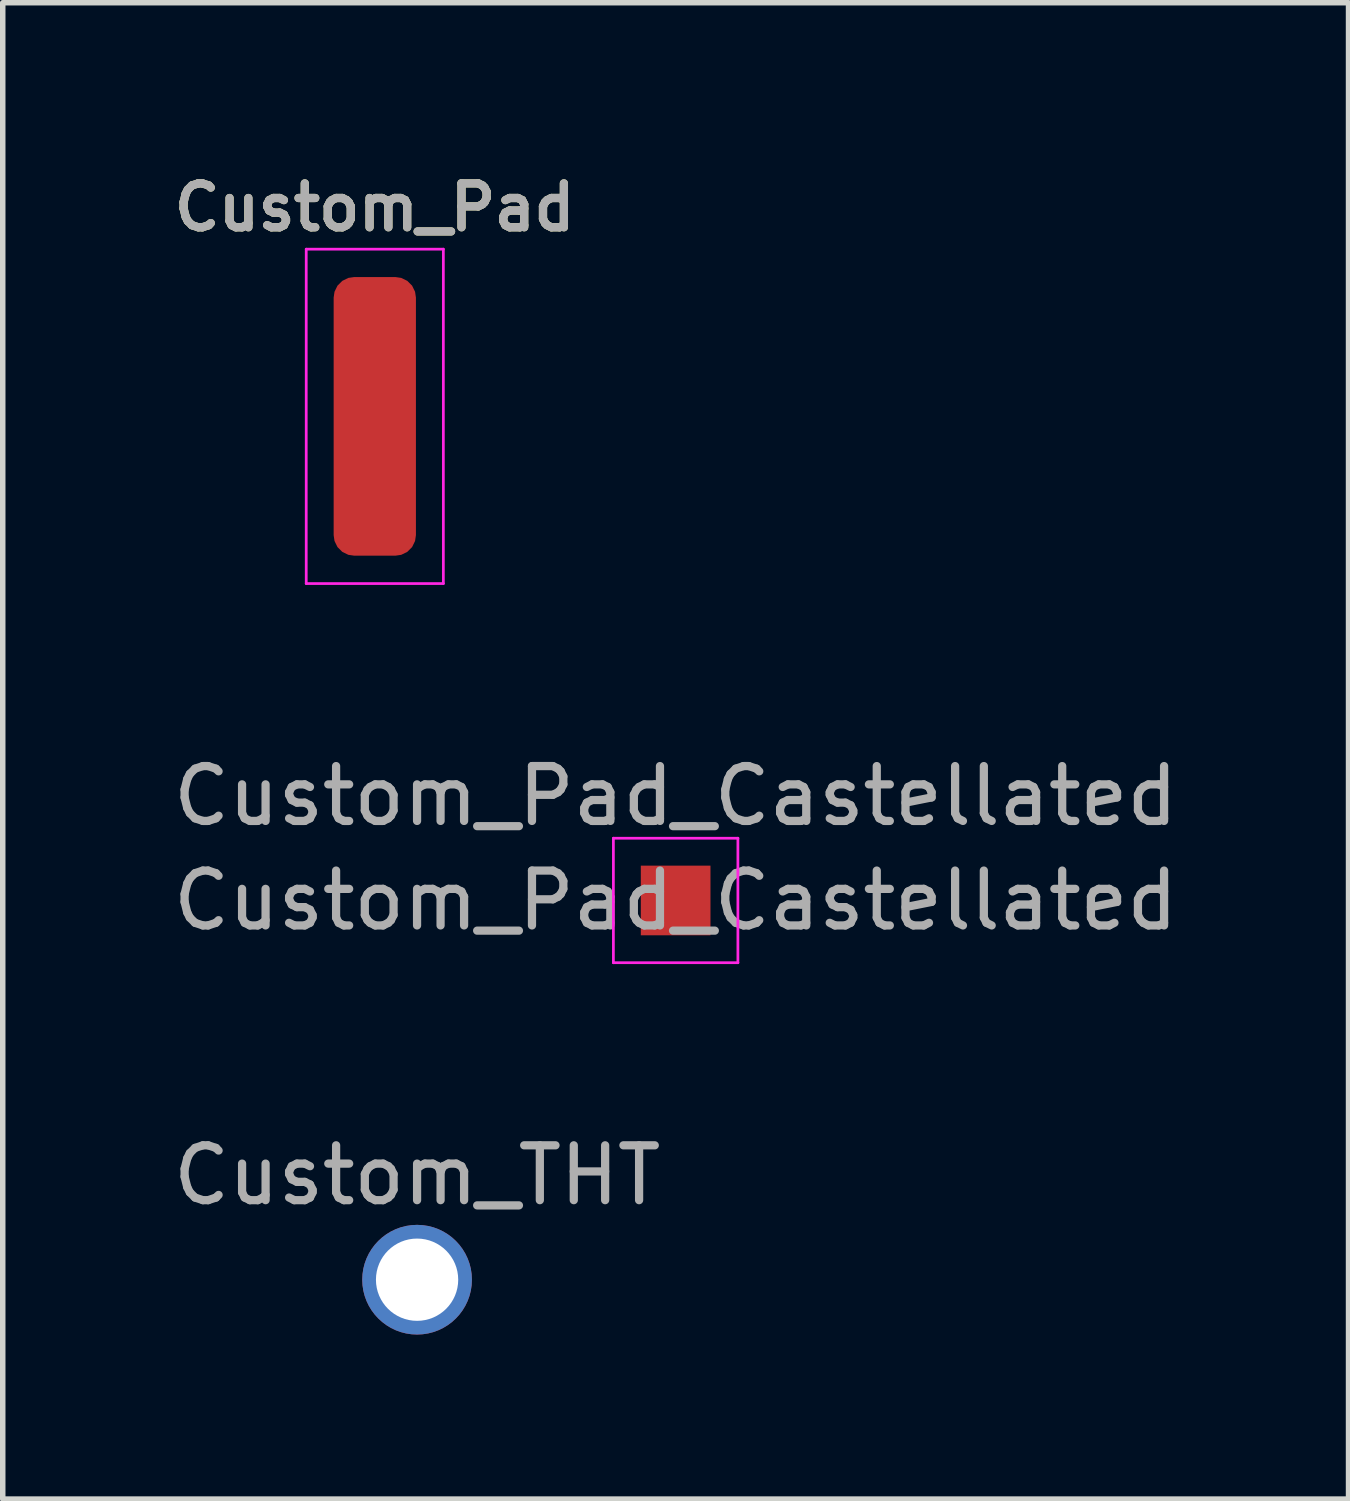
<source format=kicad_pcb>
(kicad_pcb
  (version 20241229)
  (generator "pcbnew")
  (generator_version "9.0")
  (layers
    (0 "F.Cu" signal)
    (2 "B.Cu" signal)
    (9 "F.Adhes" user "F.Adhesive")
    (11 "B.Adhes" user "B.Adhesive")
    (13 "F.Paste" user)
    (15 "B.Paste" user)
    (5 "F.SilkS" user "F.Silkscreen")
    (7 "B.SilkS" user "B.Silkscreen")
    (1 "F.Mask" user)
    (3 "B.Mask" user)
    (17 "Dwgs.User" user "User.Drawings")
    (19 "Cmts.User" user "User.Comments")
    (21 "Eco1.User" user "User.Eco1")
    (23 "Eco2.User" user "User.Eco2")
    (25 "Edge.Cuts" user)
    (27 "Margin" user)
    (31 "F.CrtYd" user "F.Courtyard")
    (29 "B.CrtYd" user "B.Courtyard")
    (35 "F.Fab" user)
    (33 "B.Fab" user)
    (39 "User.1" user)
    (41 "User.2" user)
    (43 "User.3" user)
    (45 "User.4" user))
  (footprint "Custom_THT"
    (layer "F.Cu")
    (at 4.554 20.281)
    (property "Reference" "Custom_THT" (at 0 -1.905 0) (layer "F.Fab") (effects (font (size 1 1) (thickness 0.15))))
    (attr exclude_from_pos_files exclude_from_bom)
    (pad "1" thru_hole circle (at 0 0) (size 2 2) (drill 1.5) (layers "*.Cu" "*.Mask")))
  (footprint "Custom_Pad"
    (layer "F.Cu")
    (at 3.783 4.541)
    (property "Reference" "Custom_Pad" (at 0 -3.81 180) (layer "F.SilkS") (effects (font (size 0.8 0.8) (thickness 0.15))))
    (attr exclude_from_pos_files exclude_from_bom)
    (fp_line (start -1.25 -3.048) (end -1.25 3.048) (stroke (width 0.05) (type solid)) (layer "F.CrtYd"))
    (fp_line (start -1.25 -3.048) (end 1.25 -3.048) (stroke (width 0.05) (type solid)) (layer "F.CrtYd"))
    (fp_line (start 1.25 3.048) (end -1.25 3.048) (stroke (width 0.05) (type solid)) (layer "F.CrtYd"))
    (fp_line (start 1.25 3.048) (end 1.25 -3.048) (stroke (width 0.05) (type solid)) (layer "F.CrtYd"))
    (fp_text user "${REFERENCE}" (at 0 -3.81 180) (layer "F.Fab") (effects (font (size 0.8 0.8) (thickness 0.15))))
    (pad "1" smd roundrect (at 0 0) (size 1.5 5.08) (layers "F.Cu" "F.Mask") (roundrect_rratio 0.25)))
  (footprint "Custom_Pad_Castellated"
    (layer "F.Cu")
    (at 9.268 13.367)
    (property "Reference" "Custom_Pad_Castellated" (at 0 -1.905 0) (layer "F.Fab") (effects (font (size 1 1) (thickness 0.15))))
    (attr exclude_from_pos_files exclude_from_bom)
    (fp_line (start -1.135 -1.135) (end -1.135 1.135) (stroke (width 0.05) (type solid)) (layer "F.CrtYd"))
    (fp_line (start -1.135 -1.135) (end 1.135 -1.135) (stroke (width 0.05) (type solid)) (layer "F.CrtYd"))
    (fp_line (start 1.135 1.135) (end -1.135 1.135) (stroke (width 0.05) (type solid)) (layer "F.CrtYd"))
    (fp_line (start 1.135 1.135) (end 1.135 -1.135) (stroke (width 0.05) (type solid)) (layer "F.CrtYd"))
    (fp_text user "${REFERENCE}" (at 0 0 0) (layer "F.Fab") (effects (font (size 1 1) (thickness 0.15))))
    (pad "1" smd rect (at 0 0) (size 1.27 1.27) (layers "F.Cu" "F.Mask")))
  (gr_rect
    (start -3 -3)
    (end 21.536 24.281)
    (stroke (width 0.1) (type default))
    (fill no)
    (layer "Edge.Cuts")))
</source>
